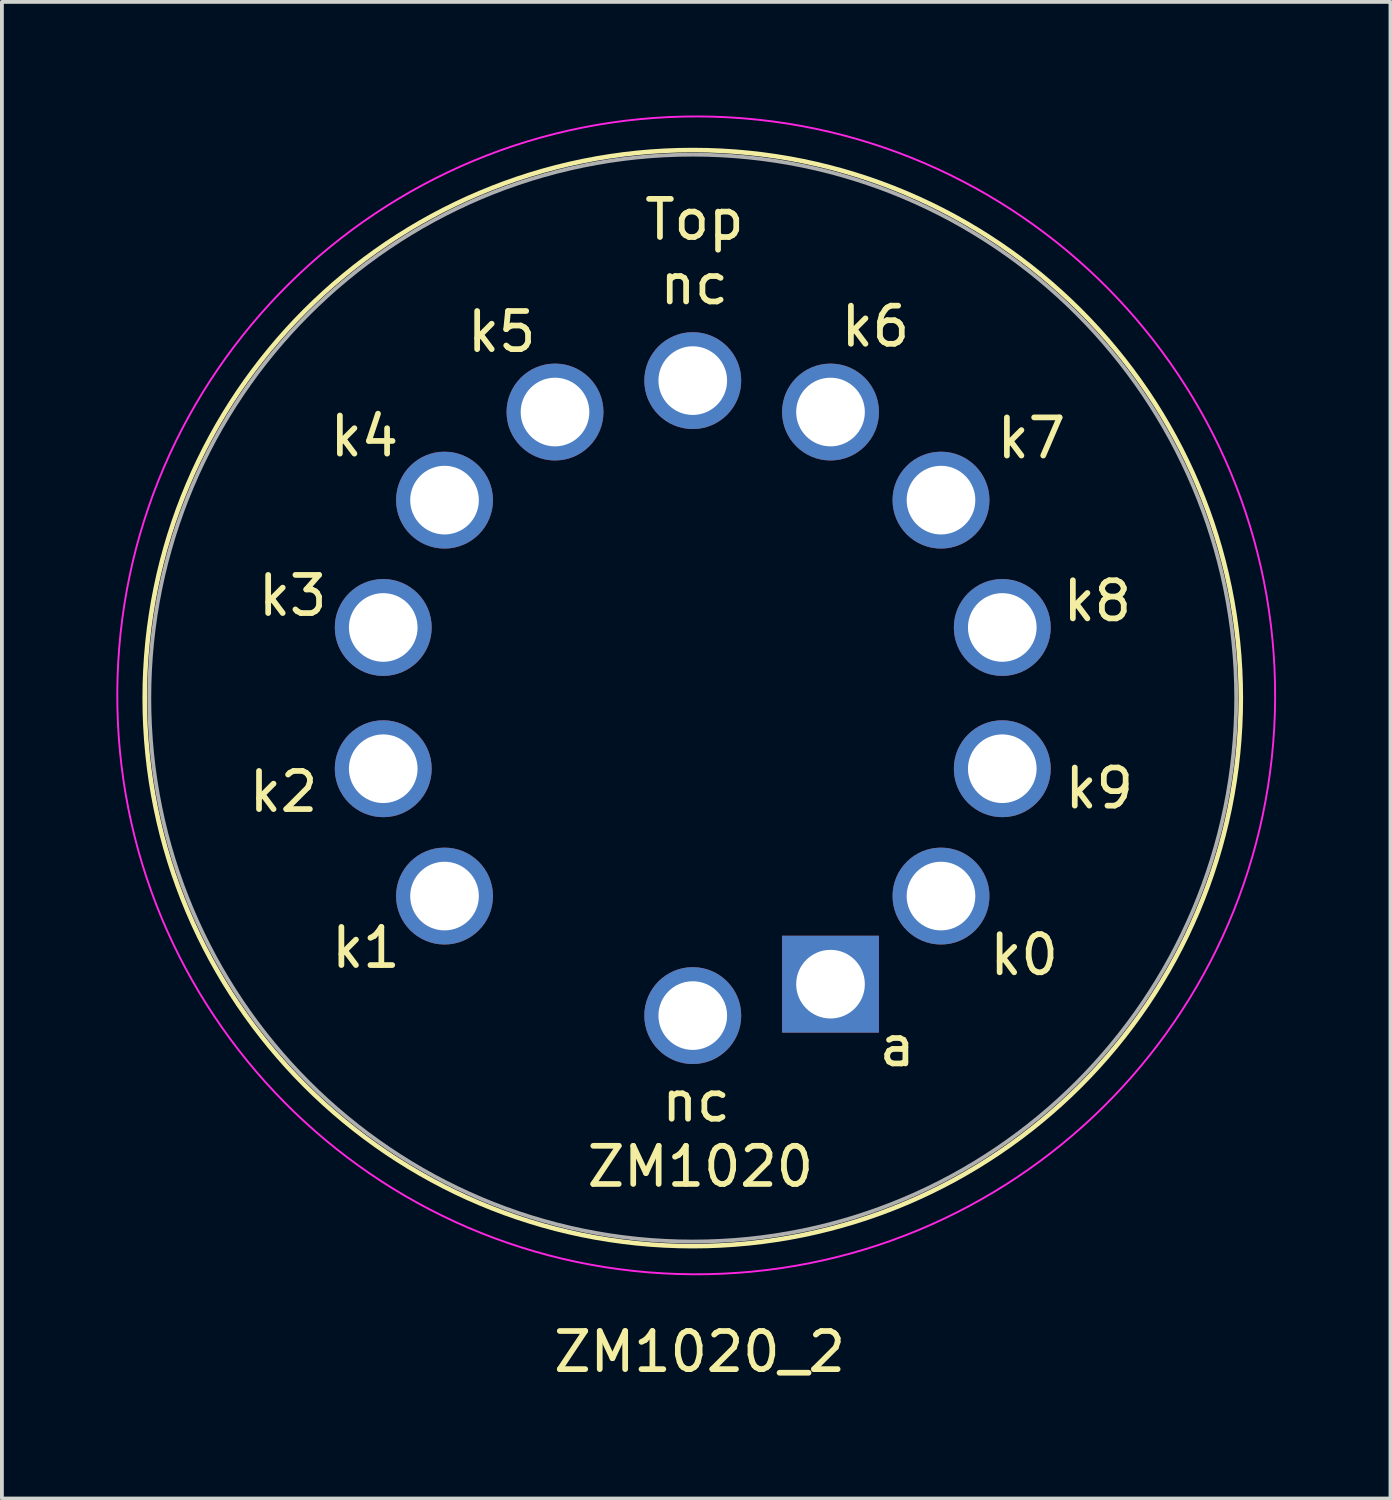
<source format=kicad_pcb>
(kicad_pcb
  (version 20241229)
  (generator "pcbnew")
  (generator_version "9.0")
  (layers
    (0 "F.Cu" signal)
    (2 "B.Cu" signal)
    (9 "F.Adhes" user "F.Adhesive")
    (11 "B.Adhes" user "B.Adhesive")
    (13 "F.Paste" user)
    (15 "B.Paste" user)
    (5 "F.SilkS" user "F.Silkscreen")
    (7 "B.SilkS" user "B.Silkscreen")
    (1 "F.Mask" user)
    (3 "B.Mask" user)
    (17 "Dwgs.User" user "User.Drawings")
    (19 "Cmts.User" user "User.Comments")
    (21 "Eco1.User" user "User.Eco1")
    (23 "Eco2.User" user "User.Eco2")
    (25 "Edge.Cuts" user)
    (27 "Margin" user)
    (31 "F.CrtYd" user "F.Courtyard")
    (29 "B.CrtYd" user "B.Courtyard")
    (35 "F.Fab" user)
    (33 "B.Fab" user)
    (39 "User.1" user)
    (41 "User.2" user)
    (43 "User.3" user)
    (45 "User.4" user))
  (footprint "ZM1020_2"
    (layer "F.Cu")
    (at 15.115 15.255)
    (property "Reference" "ZM1020_2" (at 0.18 17.14 0) (layer "F.SilkS") (effects (font (size 1 1) (thickness 0.15))))
    (fp_circle (center 0 0) (end 0 14.37) (stroke (width 0.12) (type default)) (fill no) (layer "F.SilkS"))
    (fp_arc (start 15.27 0.02) (mid -15.08991 -0.110768) (end 15.270073 0.001603) (stroke (width 0.05) (type default)) (layer "F.CrtYd"))
    (fp_circle (center 0 0) (end 0 14.25) (stroke (width 0.1) (type default)) (fill no) (layer "F.Fab"))
    (fp_text user "k2" (at -11.71 3.04 0) (unlocked yes) (layer "F.SilkS") (effects (font (size 1 1) (thickness 0.15)) (justify left bottom)))
    (fp_text user "nc" (at -0.89 11.16 0) (unlocked yes) (layer "F.SilkS") (effects (font (size 1 1) (thickness 0.15)) (justify left bottom)))
    (fp_text user "Top" (at -1.34 -11.96 0) (unlocked yes) (layer "F.SilkS") (effects (font (size 1 1) (thickness 0.15)) (justify left bottom)))
    (fp_text user "k9" (at 9.68 2.95 0) (unlocked yes) (layer "F.SilkS") (effects (font (size 1 1) (thickness 0.15)) (justify left bottom)))
    (fp_text user "k8" (at 9.63 -1.96 0) (unlocked yes) (layer "F.SilkS") (effects (font (size 1 1) (thickness 0.15)) (justify left bottom)))
    (fp_text user "k7" (at 7.9 -6.23 0) (unlocked yes) (layer "F.SilkS") (effects (font (size 1 1) (thickness 0.15)) (justify left bottom)))
    (fp_text user "k5" (at -5.99 -9.02 0) (unlocked yes) (layer "F.SilkS") (effects (font (size 1 1) (thickness 0.15)) (justify left bottom)))
    (fp_text user "k3" (at -11.47 -2.1 0) (unlocked yes) (layer "F.SilkS") (effects (font (size 1 1) (thickness 0.15)) (justify left bottom)))
    (fp_text user "nc" (at -0.94 -10.27 0) (unlocked yes) (layer "F.SilkS") (effects (font (size 1 1) (thickness 0.15)) (justify left bottom)))
    (fp_text user "k6" (at 3.81 -9.16 0) (unlocked yes) (layer "F.SilkS") (effects (font (size 1 1) (thickness 0.15)) (justify left bottom)))
    (fp_text user "k1" (at -9.55 7.13 0) (unlocked yes) (layer "F.SilkS") (effects (font (size 1 1) (thickness 0.15)) (justify left bottom)))
    (fp_text user "a" (at 4.81 9.71 0) (unlocked yes) (layer "F.SilkS") (effects (font (size 1 1) (thickness 0.15)) (justify left bottom)))
    (fp_text user "k4" (at -9.59 -6.28 0) (unlocked yes) (layer "F.SilkS") (effects (font (size 1 1) (thickness 0.15)) (justify left bottom)))
    (fp_text user "k0" (at 7.71 7.32 0) (unlocked yes) (layer "F.SilkS") (effects (font (size 1 1) (thickness 0.15)) (justify left bottom)))
    (fp_text user "ZM1020" (at -2.85 12.87 0) (unlocked yes) (layer "F.SilkS") (effects (font (size 1 1) (thickness 0.15)) (justify left bottom)))
    (pad "1" thru_hole oval (at 0 8.325) (size 2.54 2.54) (drill 1.8) (layers "*.Cu" "*.Mask"))
    (pad "2" thru_hole rect (at 3.612 7.501) (size 2.54 2.54) (drill 1.8) (layers "*.Cu" "*.Mask"))
    (pad "3" thru_hole oval (at 6.509 5.191) (size 2.54 2.54) (drill 1.8) (layers "*.Cu" "*.Mask"))
    (pad "4" thru_hole oval (at 8.116 1.852) (size 2.54 2.54) (drill 1.8) (layers "*.Cu" "*.Mask"))
    (pad "5" thru_hole oval (at 8.116 -1.852) (size 2.54 2.54) (drill 1.8) (layers "*.Cu" "*.Mask"))
    (pad "6" thru_hole oval (at 6.509 -5.191) (size 2.54 2.54) (drill 1.8) (layers "*.Cu" "*.Mask"))
    (pad "7" thru_hole oval (at 3.612 -7.501) (size 2.54 2.54) (drill 1.8) (layers "*.Cu" "*.Mask"))
    (pad "8" thru_hole oval (at 0 -8.325) (size 2.54 2.54) (drill 1.8) (layers "*.Cu" "*.Mask"))
    (pad "9" thru_hole oval (at -3.612 -7.501) (size 2.54 2.54) (drill 1.8) (layers "*.Cu" "*.Mask"))
    (pad "10" thru_hole oval (at -6.509 -5.191) (size 2.54 2.54) (drill 1.8) (layers "*.Cu" "*.Mask"))
    (pad "11" thru_hole oval (at -8.116 -1.852) (size 2.54 2.54) (drill 1.8) (layers "*.Cu" "*.Mask"))
    (pad "12" thru_hole oval (at -8.116 1.852) (size 2.54 2.54) (drill 1.8) (layers "*.Cu" "*.Mask"))
    (pad "13" thru_hole oval (at -6.509 5.191) (size 2.54 2.54) (drill 1.8) (layers "*.Cu" "*.Mask")))
  (gr_rect
    (start -3 -3)
    (end 33.41 36.243)
    (stroke (width 0.1) (type default))
    (fill no)
    (layer "Edge.Cuts")))
</source>
